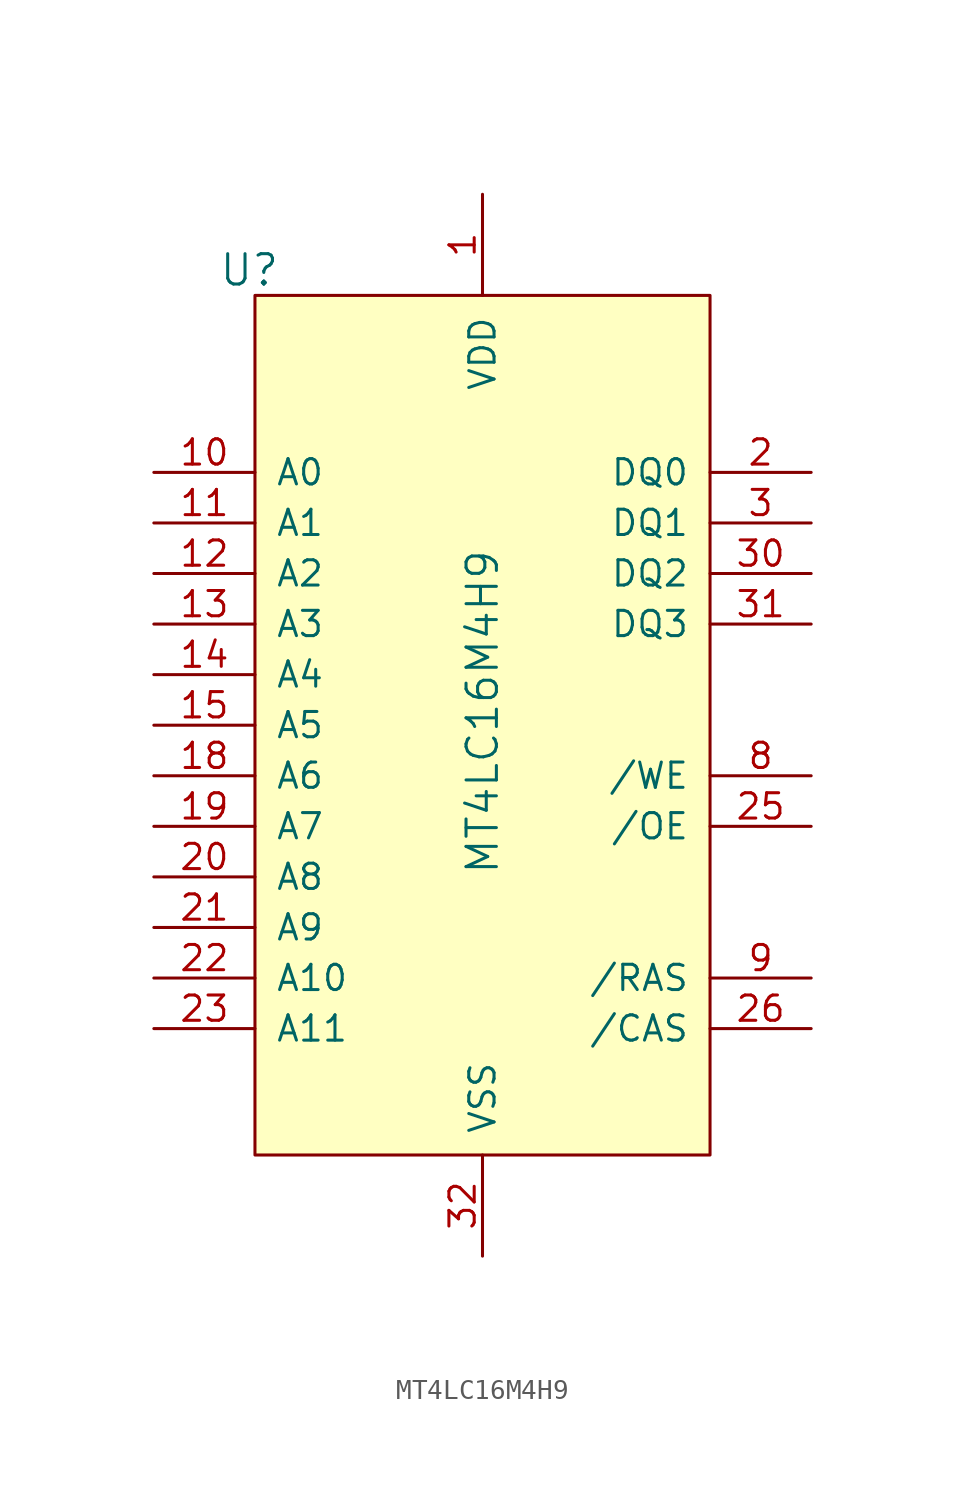
<source format=kicad_sym>
(kicad_symbol_lib
  (version 20211014)
  (generator kicad_symbol_editor)
  (symbol "MT4LC16M4H9"
    (pin_names
      (offset 1.016))
    (property "Reference" "U"
      (at -10.16 22.86 0)
      (effects (font (size 1.524 1.524)) (justify right)))
    (property "Value" "MT4LC16M4H9"
      (at 0 8.89 90)
      (effects (font (size 1.524 1.524)) (justify right)))
    (symbol "MT4LC16M4H9_1_1"
      (rectangle (start -11.43 21.59) (end 11.43 -21.59) (stroke (width 0) (type default) (color 0 0 0 0)) (fill (type background)))
      (pin power_in line (at 0 26.67 270) (length 5.08) (name "VDD" (effects (font (size 1.27 1.27)))) (number "1" (effects (font (size 1.27 1.27)))))
      (pin input line (at -16.51 12.7 0) (length 5.08) (name "A0" (effects (font (size 1.27 1.27)))) (number "10" (effects (font (size 1.27 1.27)))))
      (pin input line (at -16.51 10.16 0) (length 5.08) (name "A1" (effects (font (size 1.27 1.27)))) (number "11" (effects (font (size 1.27 1.27)))))
      (pin input line (at -16.51 7.62 0) (length 5.08) (name "A2" (effects (font (size 1.27 1.27)))) (number "12" (effects (font (size 1.27 1.27)))))
      (pin input line (at -16.51 5.08 0) (length 5.08) (name "A3" (effects (font (size 1.27 1.27)))) (number "13" (effects (font (size 1.27 1.27)))))
      (pin input line (at -16.51 2.54 0) (length 5.08) (name "A4" (effects (font (size 1.27 1.27)))) (number "14" (effects (font (size 1.27 1.27)))))
      (pin input line (at -16.51 0 0) (length 5.08) (name "A5" (effects (font (size 1.27 1.27)))) (number "15" (effects (font (size 1.27 1.27)))))
      (pin power_in line (at 0 26.67 270) (length 5.08) hide (name "VDD" (effects (font (size 1.27 1.27)))) (number "16" (effects (font (size 1.27 1.27)))))
      (pin power_in line (at 0 -26.67 90) (length 5.08) hide (name "VSS" (effects (font (size 1.27 1.27)))) (number "17" (effects (font (size 1.27 1.27)))))
      (pin input line (at -16.51 -2.54 0) (length 5.08) (name "A6" (effects (font (size 1.27 1.27)))) (number "18" (effects (font (size 1.27 1.27)))))
      (pin input line (at -16.51 -5.08 0) (length 5.08) (name "A7" (effects (font (size 1.27 1.27)))) (number "19" (effects (font (size 1.27 1.27)))))
      (pin bidirectional line (at 16.51 12.7 180) (length 5.08) (name "DQ0" (effects (font (size 1.27 1.27)))) (number "2" (effects (font (size 1.27 1.27)))))
      (pin input line (at -16.51 -7.62 0) (length 5.08) (name "A8" (effects (font (size 1.27 1.27)))) (number "20" (effects (font (size 1.27 1.27)))))
      (pin input line (at -16.51 -10.16 0) (length 5.08) (name "A9" (effects (font (size 1.27 1.27)))) (number "21" (effects (font (size 1.27 1.27)))))
      (pin input line (at -16.51 -12.7 0) (length 5.08) (name "A10" (effects (font (size 1.27 1.27)))) (number "22" (effects (font (size 1.27 1.27)))))
      (pin input line (at -16.51 -15.24 0) (length 5.08) (name "A11" (effects (font (size 1.27 1.27)))) (number "23" (effects (font (size 1.27 1.27)))))
      (pin no_connect line (at 3.175 0.635 90) (length 5.08) hide (name "NC" (effects (font (size 1.27 1.27)))) (number "24" (effects (font (size 1.27 1.27)))))
      (pin input line (at 16.51 -5.08 180) (length 5.08) (name "/OE" (effects (font (size 1.27 1.27)))) (number "25" (effects (font (size 1.27 1.27)))))
      (pin input line (at 16.51 -15.24 180) (length 5.08) (name "/CAS" (effects (font (size 1.27 1.27)))) (number "26" (effects (font (size 1.27 1.27)))))
      (pin no_connect line (at 3.175 0.635 90) (length 5.08) hide (name "nc" (effects (font (size 1.27 1.27)))) (number "27" (effects (font (size 1.27 1.27)))))
      (pin no_connect line (at 3.175 0.635 90) (length 5.08) hide (name "nc" (effects (font (size 1.27 1.27)))) (number "28" (effects (font (size 1.27 1.27)))))
      (pin no_connect line (at 3.175 0.635 90) (length 5.08) hide (name "nc" (effects (font (size 1.27 1.27)))) (number "29" (effects (font (size 1.27 1.27)))))
      (pin bidirectional line (at 16.51 10.16 180) (length 5.08) (name "DQ1" (effects (font (size 1.27 1.27)))) (number "3" (effects (font (size 1.27 1.27)))))
      (pin bidirectional line (at 16.51 7.62 180) (length 5.08) (name "DQ2" (effects (font (size 1.27 1.27)))) (number "30" (effects (font (size 1.27 1.27)))))
      (pin bidirectional line (at 16.51 5.08 180) (length 5.08) (name "DQ3" (effects (font (size 1.27 1.27)))) (number "31" (effects (font (size 1.27 1.27)))))
      (pin power_in line (at 0 -26.67 90) (length 5.08) (name "VSS" (effects (font (size 1.27 1.27)))) (number "32" (effects (font (size 1.27 1.27)))))
      (pin no_connect line (at 3.175 0.635 90) (length 5.08) hide (name "NC" (effects (font (size 1.27 1.27)))) (number "4" (effects (font (size 1.27 1.27)))))
      (pin no_connect line (at 3.175 0.635 90) (length 5.08) hide (name "NC" (effects (font (size 1.27 1.27)))) (number "5" (effects (font (size 1.27 1.27)))))
      (pin no_connect line (at 3.175 0.635 90) (length 5.08) hide (name "NC" (effects (font (size 1.27 1.27)))) (number "6" (effects (font (size 1.27 1.27)))))
      (pin no_connect line (at 3.175 0.635 90) (length 5.08) hide (name "NC" (effects (font (size 1.27 1.27)))) (number "7" (effects (font (size 1.27 1.27)))))
      (pin input line (at 16.51 -2.54 180) (length 5.08) (name "/WE" (effects (font (size 1.27 1.27)))) (number "8" (effects (font (size 1.27 1.27)))))
      (pin input line (at 16.51 -12.7 180) (length 5.08) (name "/RAS" (effects (font (size 1.27 1.27)))) (number "9" (effects (font (size 1.27 1.27))))))))
</source>
